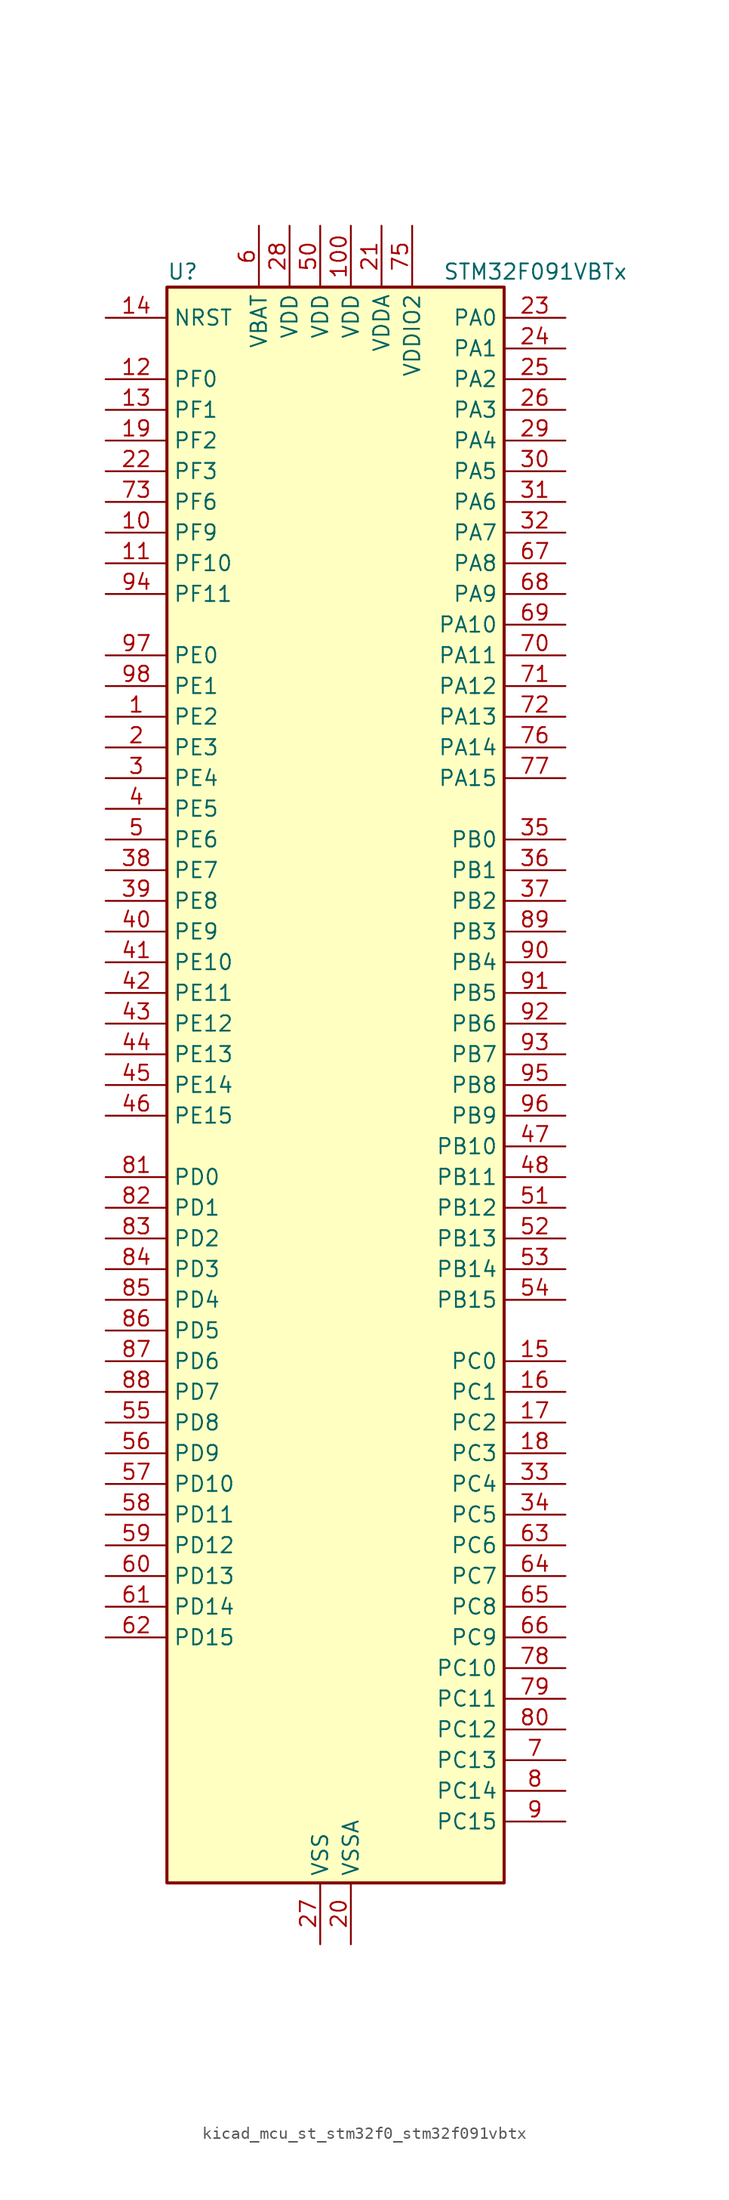
<source format=kicad_sym>
(kicad_symbol_lib
  (version 20220914)
  (generator kicad_symbol_editor)
  (symbol "kicad_mcu_st_stm32f0_stm32f091vbtx"
    (property "Reference" "U"
      (at -12.7 67.31 0)
      (effects (font (size 1.27 1.27)) (justify left)))
    (property "Value" "STM32F091VBTx"
      (at 10.16 67.31 0)
      (effects (font (size 1.27 1.27)) (justify left)))
    (property "ki_locked" ""
      (at 0 0 0)
      (effects (font (size 1.27 1.27))))
    (symbol "kicad_mcu_st_stm32f0_stm32f091vbtx_0_1"
      (rectangle (start -12.7 -66.04) (end 15.24 66.04) (stroke (width 0.254) (type default)) (fill (type background))))
    (symbol "kicad_mcu_st_stm32f0_stm32f091vbtx_1_1"
      (pin bidirectional line (at -17.78 30.48 0) (length 5.08) (name "PE2" (effects (font (size 1.27 1.27)))) (number "1" (effects (font (size 1.27 1.27)))) (alternate "TIM3_ETR" bidirectional line) (alternate "TSC_G7_IO1" bidirectional line))
      (pin bidirectional line (at -17.78 45.72 0) (length 5.08) (name "PF9" (effects (font (size 1.27 1.27)))) (number "10" (effects (font (size 1.27 1.27)))) (alternate "DAC_EXTI9" bidirectional line) (alternate "TIM15_CH1" bidirectional line) (alternate "USART6_TX" bidirectional line))
      (pin power_in line (at 2.54 71.12 270) (length 5.08) (name "VDD" (effects (font (size 1.27 1.27)))) (number "100" (effects (font (size 1.27 1.27)))))
      (pin bidirectional line (at -17.78 43.18 0) (length 5.08) (name "PF10" (effects (font (size 1.27 1.27)))) (number "11" (effects (font (size 1.27 1.27)))) (alternate "TIM15_CH2" bidirectional line) (alternate "USART6_RX" bidirectional line))
      (pin bidirectional line (at -17.78 58.42 0) (length 5.08) (name "PF0" (effects (font (size 1.27 1.27)))) (number "12" (effects (font (size 1.27 1.27)))) (alternate "CRS_SYNC" bidirectional line) (alternate "I2C1_SDA" bidirectional line) (alternate "RCC_OSC_IN" bidirectional line))
      (pin bidirectional line (at -17.78 55.88 0) (length 5.08) (name "PF1" (effects (font (size 1.27 1.27)))) (number "13" (effects (font (size 1.27 1.27)))) (alternate "I2C1_SCL" bidirectional line) (alternate "RCC_OSC_OUT" bidirectional line))
      (pin input line (at -17.78 63.5 0) (length 5.08) (name "NRST" (effects (font (size 1.27 1.27)))) (number "14" (effects (font (size 1.27 1.27)))))
      (pin bidirectional line (at 20.32 -22.86 180) (length 5.08) (name "PC0" (effects (font (size 1.27 1.27)))) (number "15" (effects (font (size 1.27 1.27)))) (alternate "ADC_IN10" bidirectional line) (alternate "USART6_TX" bidirectional line) (alternate "USART7_TX" bidirectional line))
      (pin bidirectional line (at 20.32 -25.4 180) (length 5.08) (name "PC1" (effects (font (size 1.27 1.27)))) (number "16" (effects (font (size 1.27 1.27)))) (alternate "ADC_IN11" bidirectional line) (alternate "USART6_RX" bidirectional line) (alternate "USART7_RX" bidirectional line))
      (pin bidirectional line (at 20.32 -27.94 180) (length 5.08) (name "PC2" (effects (font (size 1.27 1.27)))) (number "17" (effects (font (size 1.27 1.27)))) (alternate "ADC_IN12" bidirectional line) (alternate "I2S2_MCK" bidirectional line) (alternate "SPI2_MISO" bidirectional line) (alternate "USART8_TX" bidirectional line))
      (pin bidirectional line (at 20.32 -30.48 180) (length 5.08) (name "PC3" (effects (font (size 1.27 1.27)))) (number "18" (effects (font (size 1.27 1.27)))) (alternate "ADC_IN13" bidirectional line) (alternate "I2S2_SD" bidirectional line) (alternate "SPI2_MOSI" bidirectional line) (alternate "USART8_RX" bidirectional line))
      (pin bidirectional line (at -17.78 53.34 0) (length 5.08) (name "PF2" (effects (font (size 1.27 1.27)))) (number "19" (effects (font (size 1.27 1.27)))) (alternate "SYS_WKUP8" bidirectional line) (alternate "USART7_CK" bidirectional line) (alternate "USART7_DE" bidirectional line) (alternate "USART7_RTS" bidirectional line) (alternate "USART7_TX" bidirectional line))
      (pin bidirectional line (at -17.78 27.94 0) (length 5.08) (name "PE3" (effects (font (size 1.27 1.27)))) (number "2" (effects (font (size 1.27 1.27)))) (alternate "TIM3_CH1" bidirectional line) (alternate "TSC_G7_IO2" bidirectional line))
      (pin power_in line (at 2.54 -71.12 90) (length 5.08) (name "VSSA" (effects (font (size 1.27 1.27)))) (number "20" (effects (font (size 1.27 1.27)))))
      (pin power_in line (at 5.08 71.12 270) (length 5.08) (name "VDDA" (effects (font (size 1.27 1.27)))) (number "21" (effects (font (size 1.27 1.27)))))
      (pin bidirectional line (at -17.78 50.8 0) (length 5.08) (name "PF3" (effects (font (size 1.27 1.27)))) (number "22" (effects (font (size 1.27 1.27)))) (alternate "USART6_CK" bidirectional line) (alternate "USART6_DE" bidirectional line) (alternate "USART6_RTS" bidirectional line) (alternate "USART7_RX" bidirectional line))
      (pin bidirectional line (at 20.32 63.5 180) (length 5.08) (name "PA0" (effects (font (size 1.27 1.27)))) (number "23" (effects (font (size 1.27 1.27)))) (alternate "ADC_IN0" bidirectional line) (alternate "COMP1_INM" bidirectional line) (alternate "COMP1_OUT" bidirectional line) (alternate "RTC_TAMP2" bidirectional line) (alternate "SYS_WKUP1" bidirectional line) (alternate "TIM2_CH1" bidirectional line) (alternate "TIM2_ETR" bidirectional line) (alternate "TSC_G1_IO1" bidirectional line) (alternate "USART2_CTS" bidirectional line) (alternate "USART4_TX" bidirectional line))
      (pin bidirectional line (at 20.32 60.96 180) (length 5.08) (name "PA1" (effects (font (size 1.27 1.27)))) (number "24" (effects (font (size 1.27 1.27)))) (alternate "ADC_IN1" bidirectional line) (alternate "COMP1_INP" bidirectional line) (alternate "TIM15_CH1N" bidirectional line) (alternate "TIM2_CH2" bidirectional line) (alternate "TSC_G1_IO2" bidirectional line) (alternate "USART2_DE" bidirectional line) (alternate "USART2_RTS" bidirectional line) (alternate "USART4_RX" bidirectional line))
      (pin bidirectional line (at 20.32 58.42 180) (length 5.08) (name "PA2" (effects (font (size 1.27 1.27)))) (number "25" (effects (font (size 1.27 1.27)))) (alternate "ADC_IN2" bidirectional line) (alternate "COMP2_INM" bidirectional line) (alternate "COMP2_OUT" bidirectional line) (alternate "SYS_WKUP4" bidirectional line) (alternate "TIM15_CH1" bidirectional line) (alternate "TIM2_CH3" bidirectional line) (alternate "TSC_G1_IO3" bidirectional line) (alternate "USART2_TX" bidirectional line))
      (pin bidirectional line (at 20.32 55.88 180) (length 5.08) (name "PA3" (effects (font (size 1.27 1.27)))) (number "26" (effects (font (size 1.27 1.27)))) (alternate "ADC_IN3" bidirectional line) (alternate "COMP2_INP" bidirectional line) (alternate "TIM15_CH2" bidirectional line) (alternate "TIM2_CH4" bidirectional line) (alternate "TSC_G1_IO4" bidirectional line) (alternate "USART2_RX" bidirectional line))
      (pin power_in line (at 0 -71.12 90) (length 5.08) (name "VSS" (effects (font (size 1.27 1.27)))) (number "27" (effects (font (size 1.27 1.27)))))
      (pin power_in line (at -2.54 71.12 270) (length 5.08) (name "VDD" (effects (font (size 1.27 1.27)))) (number "28" (effects (font (size 1.27 1.27)))))
      (pin bidirectional line (at 20.32 53.34 180) (length 5.08) (name "PA4" (effects (font (size 1.27 1.27)))) (number "29" (effects (font (size 1.27 1.27)))) (alternate "ADC_IN4" bidirectional line) (alternate "COMP1_INM" bidirectional line) (alternate "COMP2_INM" bidirectional line) (alternate "DAC_OUT1" bidirectional line) (alternate "I2S1_WS" bidirectional line) (alternate "SPI1_NSS" bidirectional line) (alternate "TIM14_CH1" bidirectional line) (alternate "TSC_G2_IO1" bidirectional line) (alternate "USART2_CK" bidirectional line) (alternate "USART6_TX" bidirectional line))
      (pin bidirectional line (at -17.78 25.4 0) (length 5.08) (name "PE4" (effects (font (size 1.27 1.27)))) (number "3" (effects (font (size 1.27 1.27)))) (alternate "TIM3_CH2" bidirectional line) (alternate "TSC_G7_IO3" bidirectional line))
      (pin bidirectional line (at 20.32 50.8 180) (length 5.08) (name "PA5" (effects (font (size 1.27 1.27)))) (number "30" (effects (font (size 1.27 1.27)))) (alternate "ADC_IN5" bidirectional line) (alternate "CEC" bidirectional line) (alternate "COMP1_INM" bidirectional line) (alternate "COMP2_INM" bidirectional line) (alternate "DAC_OUT2" bidirectional line) (alternate "I2S1_CK" bidirectional line) (alternate "SPI1_SCK" bidirectional line) (alternate "TIM2_CH1" bidirectional line) (alternate "TIM2_ETR" bidirectional line) (alternate "TSC_G2_IO2" bidirectional line) (alternate "USART6_RX" bidirectional line))
      (pin bidirectional line (at 20.32 48.26 180) (length 5.08) (name "PA6" (effects (font (size 1.27 1.27)))) (number "31" (effects (font (size 1.27 1.27)))) (alternate "ADC_IN6" bidirectional line) (alternate "COMP1_OUT" bidirectional line) (alternate "I2S1_MCK" bidirectional line) (alternate "SPI1_MISO" bidirectional line) (alternate "TIM16_CH1" bidirectional line) (alternate "TIM1_BKIN" bidirectional line) (alternate "TIM3_CH1" bidirectional line) (alternate "TSC_G2_IO3" bidirectional line) (alternate "USART3_CTS" bidirectional line))
      (pin bidirectional line (at 20.32 45.72 180) (length 5.08) (name "PA7" (effects (font (size 1.27 1.27)))) (number "32" (effects (font (size 1.27 1.27)))) (alternate "ADC_IN7" bidirectional line) (alternate "COMP2_OUT" bidirectional line) (alternate "I2S1_SD" bidirectional line) (alternate "SPI1_MOSI" bidirectional line) (alternate "TIM14_CH1" bidirectional line) (alternate "TIM17_CH1" bidirectional line) (alternate "TIM1_CH1N" bidirectional line) (alternate "TIM3_CH2" bidirectional line) (alternate "TSC_G2_IO4" bidirectional line))
      (pin bidirectional line (at 20.32 -33.02 180) (length 5.08) (name "PC4" (effects (font (size 1.27 1.27)))) (number "33" (effects (font (size 1.27 1.27)))) (alternate "ADC_IN14" bidirectional line) (alternate "USART3_TX" bidirectional line))
      (pin bidirectional line (at 20.32 -35.56 180) (length 5.08) (name "PC5" (effects (font (size 1.27 1.27)))) (number "34" (effects (font (size 1.27 1.27)))) (alternate "ADC_IN15" bidirectional line) (alternate "SYS_WKUP5" bidirectional line) (alternate "TSC_G3_IO1" bidirectional line) (alternate "USART3_RX" bidirectional line))
      (pin bidirectional line (at 20.32 20.32 180) (length 5.08) (name "PB0" (effects (font (size 1.27 1.27)))) (number "35" (effects (font (size 1.27 1.27)))) (alternate "ADC_IN8" bidirectional line) (alternate "TIM1_CH2N" bidirectional line) (alternate "TIM3_CH3" bidirectional line) (alternate "TSC_G3_IO2" bidirectional line) (alternate "USART3_CK" bidirectional line))
      (pin bidirectional line (at 20.32 17.78 180) (length 5.08) (name "PB1" (effects (font (size 1.27 1.27)))) (number "36" (effects (font (size 1.27 1.27)))) (alternate "ADC_IN9" bidirectional line) (alternate "TIM14_CH1" bidirectional line) (alternate "TIM1_CH3N" bidirectional line) (alternate "TIM3_CH4" bidirectional line) (alternate "TSC_G3_IO3" bidirectional line) (alternate "USART3_DE" bidirectional line) (alternate "USART3_RTS" bidirectional line))
      (pin bidirectional line (at 20.32 15.24 180) (length 5.08) (name "PB2" (effects (font (size 1.27 1.27)))) (number "37" (effects (font (size 1.27 1.27)))) (alternate "TSC_G3_IO4" bidirectional line))
      (pin bidirectional line (at -17.78 17.78 0) (length 5.08) (name "PE7" (effects (font (size 1.27 1.27)))) (number "38" (effects (font (size 1.27 1.27)))) (alternate "TIM1_ETR" bidirectional line) (alternate "USART5_CK" bidirectional line) (alternate "USART5_DE" bidirectional line) (alternate "USART5_RTS" bidirectional line))
      (pin bidirectional line (at -17.78 15.24 0) (length 5.08) (name "PE8" (effects (font (size 1.27 1.27)))) (number "39" (effects (font (size 1.27 1.27)))) (alternate "TIM1_CH1N" bidirectional line) (alternate "USART4_TX" bidirectional line))
      (pin bidirectional line (at -17.78 22.86 0) (length 5.08) (name "PE5" (effects (font (size 1.27 1.27)))) (number "4" (effects (font (size 1.27 1.27)))) (alternate "TIM3_CH3" bidirectional line) (alternate "TSC_G7_IO4" bidirectional line))
      (pin bidirectional line (at -17.78 12.7 0) (length 5.08) (name "PE9" (effects (font (size 1.27 1.27)))) (number "40" (effects (font (size 1.27 1.27)))) (alternate "DAC_EXTI9" bidirectional line) (alternate "TIM1_CH1" bidirectional line) (alternate "USART4_RX" bidirectional line))
      (pin bidirectional line (at -17.78 10.16 0) (length 5.08) (name "PE10" (effects (font (size 1.27 1.27)))) (number "41" (effects (font (size 1.27 1.27)))) (alternate "TIM1_CH2N" bidirectional line) (alternate "USART5_TX" bidirectional line))
      (pin bidirectional line (at -17.78 7.62 0) (length 5.08) (name "PE11" (effects (font (size 1.27 1.27)))) (number "42" (effects (font (size 1.27 1.27)))) (alternate "TIM1_CH2" bidirectional line) (alternate "USART5_RX" bidirectional line))
      (pin bidirectional line (at -17.78 5.08 0) (length 5.08) (name "PE12" (effects (font (size 1.27 1.27)))) (number "43" (effects (font (size 1.27 1.27)))) (alternate "I2S1_WS" bidirectional line) (alternate "SPI1_NSS" bidirectional line) (alternate "TIM1_CH3N" bidirectional line))
      (pin bidirectional line (at -17.78 2.54 0) (length 5.08) (name "PE13" (effects (font (size 1.27 1.27)))) (number "44" (effects (font (size 1.27 1.27)))) (alternate "I2S1_CK" bidirectional line) (alternate "SPI1_SCK" bidirectional line) (alternate "TIM1_CH3" bidirectional line))
      (pin bidirectional line (at -17.78 0 0) (length 5.08) (name "PE14" (effects (font (size 1.27 1.27)))) (number "45" (effects (font (size 1.27 1.27)))) (alternate "I2S1_MCK" bidirectional line) (alternate "SPI1_MISO" bidirectional line) (alternate "TIM1_CH4" bidirectional line))
      (pin bidirectional line (at -17.78 -2.54 0) (length 5.08) (name "PE15" (effects (font (size 1.27 1.27)))) (number "46" (effects (font (size 1.27 1.27)))) (alternate "I2S1_SD" bidirectional line) (alternate "SPI1_MOSI" bidirectional line) (alternate "TIM1_BKIN" bidirectional line))
      (pin bidirectional line (at 20.32 -5.08 180) (length 5.08) (name "PB10" (effects (font (size 1.27 1.27)))) (number "47" (effects (font (size 1.27 1.27)))) (alternate "CEC" bidirectional line) (alternate "I2C2_SCL" bidirectional line) (alternate "I2S2_CK" bidirectional line) (alternate "SPI2_SCK" bidirectional line) (alternate "TIM2_CH3" bidirectional line) (alternate "TSC_SYNC" bidirectional line) (alternate "USART3_TX" bidirectional line))
      (pin bidirectional line (at 20.32 -7.62 180) (length 5.08) (name "PB11" (effects (font (size 1.27 1.27)))) (number "48" (effects (font (size 1.27 1.27)))) (alternate "I2C2_SDA" bidirectional line) (alternate "TIM2_CH4" bidirectional line) (alternate "TSC_G6_IO1" bidirectional line) (alternate "USART3_RX" bidirectional line))
      (pin passive line (at 0 -71.12 90) (length 5.08) hide (name "VSS" (effects (font (size 1.27 1.27)))) (number "49" (effects (font (size 1.27 1.27)))))
      (pin bidirectional line (at -17.78 20.32 0) (length 5.08) (name "PE6" (effects (font (size 1.27 1.27)))) (number "5" (effects (font (size 1.27 1.27)))) (alternate "RTC_TAMP3" bidirectional line) (alternate "SYS_WKUP3" bidirectional line) (alternate "TIM3_CH4" bidirectional line))
      (pin power_in line (at 0 71.12 270) (length 5.08) (name "VDD" (effects (font (size 1.27 1.27)))) (number "50" (effects (font (size 1.27 1.27)))))
      (pin bidirectional line (at 20.32 -10.16 180) (length 5.08) (name "PB12" (effects (font (size 1.27 1.27)))) (number "51" (effects (font (size 1.27 1.27)))) (alternate "I2S2_WS" bidirectional line) (alternate "SPI2_NSS" bidirectional line) (alternate "TIM15_BKIN" bidirectional line) (alternate "TIM1_BKIN" bidirectional line) (alternate "TSC_G6_IO2" bidirectional line) (alternate "USART3_CK" bidirectional line))
      (pin bidirectional line (at 20.32 -12.7 180) (length 5.08) (name "PB13" (effects (font (size 1.27 1.27)))) (number "52" (effects (font (size 1.27 1.27)))) (alternate "I2C2_SCL" bidirectional line) (alternate "I2S2_CK" bidirectional line) (alternate "SPI2_SCK" bidirectional line) (alternate "TIM1_CH1N" bidirectional line) (alternate "TSC_G6_IO3" bidirectional line) (alternate "USART3_CTS" bidirectional line))
      (pin bidirectional line (at 20.32 -15.24 180) (length 5.08) (name "PB14" (effects (font (size 1.27 1.27)))) (number "53" (effects (font (size 1.27 1.27)))) (alternate "I2C2_SDA" bidirectional line) (alternate "I2S2_MCK" bidirectional line) (alternate "SPI2_MISO" bidirectional line) (alternate "TIM15_CH1" bidirectional line) (alternate "TIM1_CH2N" bidirectional line) (alternate "TSC_G6_IO4" bidirectional line) (alternate "USART3_DE" bidirectional line) (alternate "USART3_RTS" bidirectional line))
      (pin bidirectional line (at 20.32 -17.78 180) (length 5.08) (name "PB15" (effects (font (size 1.27 1.27)))) (number "54" (effects (font (size 1.27 1.27)))) (alternate "I2S2_SD" bidirectional line) (alternate "RTC_REFIN" bidirectional line) (alternate "SPI2_MOSI" bidirectional line) (alternate "SYS_WKUP7" bidirectional line) (alternate "TIM15_CH1N" bidirectional line) (alternate "TIM15_CH2" bidirectional line) (alternate "TIM1_CH3N" bidirectional line))
      (pin bidirectional line (at -17.78 -27.94 0) (length 5.08) (name "PD8" (effects (font (size 1.27 1.27)))) (number "55" (effects (font (size 1.27 1.27)))) (alternate "USART3_TX" bidirectional line))
      (pin bidirectional line (at -17.78 -30.48 0) (length 5.08) (name "PD9" (effects (font (size 1.27 1.27)))) (number "56" (effects (font (size 1.27 1.27)))) (alternate "DAC_EXTI9" bidirectional line) (alternate "USART3_RX" bidirectional line))
      (pin bidirectional line (at -17.78 -33.02 0) (length 5.08) (name "PD10" (effects (font (size 1.27 1.27)))) (number "57" (effects (font (size 1.27 1.27)))) (alternate "USART3_CK" bidirectional line))
      (pin bidirectional line (at -17.78 -35.56 0) (length 5.08) (name "PD11" (effects (font (size 1.27 1.27)))) (number "58" (effects (font (size 1.27 1.27)))) (alternate "USART3_CTS" bidirectional line))
      (pin bidirectional line (at -17.78 -38.1 0) (length 5.08) (name "PD12" (effects (font (size 1.27 1.27)))) (number "59" (effects (font (size 1.27 1.27)))) (alternate "TSC_G8_IO1" bidirectional line) (alternate "USART3_DE" bidirectional line) (alternate "USART3_RTS" bidirectional line) (alternate "USART8_CK" bidirectional line) (alternate "USART8_DE" bidirectional line) (alternate "USART8_RTS" bidirectional line))
      (pin power_in line (at -5.08 71.12 270) (length 5.08) (name "VBAT" (effects (font (size 1.27 1.27)))) (number "6" (effects (font (size 1.27 1.27)))))
      (pin bidirectional line (at -17.78 -40.64 0) (length 5.08) (name "PD13" (effects (font (size 1.27 1.27)))) (number "60" (effects (font (size 1.27 1.27)))) (alternate "TSC_G8_IO2" bidirectional line) (alternate "USART8_TX" bidirectional line))
      (pin bidirectional line (at -17.78 -43.18 0) (length 5.08) (name "PD14" (effects (font (size 1.27 1.27)))) (number "61" (effects (font (size 1.27 1.27)))) (alternate "TSC_G8_IO3" bidirectional line) (alternate "USART8_RX" bidirectional line))
      (pin bidirectional line (at -17.78 -45.72 0) (length 5.08) (name "PD15" (effects (font (size 1.27 1.27)))) (number "62" (effects (font (size 1.27 1.27)))) (alternate "CRS_SYNC" bidirectional line) (alternate "TSC_G8_IO4" bidirectional line) (alternate "USART7_CK" bidirectional line) (alternate "USART7_DE" bidirectional line) (alternate "USART7_RTS" bidirectional line))
      (pin bidirectional line (at 20.32 -38.1 180) (length 5.08) (name "PC6" (effects (font (size 1.27 1.27)))) (number "63" (effects (font (size 1.27 1.27)))) (alternate "TIM3_CH1" bidirectional line) (alternate "USART7_TX" bidirectional line))
      (pin bidirectional line (at 20.32 -40.64 180) (length 5.08) (name "PC7" (effects (font (size 1.27 1.27)))) (number "64" (effects (font (size 1.27 1.27)))) (alternate "TIM3_CH2" bidirectional line) (alternate "USART7_RX" bidirectional line))
      (pin bidirectional line (at 20.32 -43.18 180) (length 5.08) (name "PC8" (effects (font (size 1.27 1.27)))) (number "65" (effects (font (size 1.27 1.27)))) (alternate "TIM3_CH3" bidirectional line) (alternate "USART8_TX" bidirectional line))
      (pin bidirectional line (at 20.32 -45.72 180) (length 5.08) (name "PC9" (effects (font (size 1.27 1.27)))) (number "66" (effects (font (size 1.27 1.27)))) (alternate "DAC_EXTI9" bidirectional line) (alternate "TIM3_CH4" bidirectional line) (alternate "USART8_RX" bidirectional line))
      (pin bidirectional line (at 20.32 43.18 180) (length 5.08) (name "PA8" (effects (font (size 1.27 1.27)))) (number "67" (effects (font (size 1.27 1.27)))) (alternate "CRS_SYNC" bidirectional line) (alternate "RCC_MCO" bidirectional line) (alternate "TIM1_CH1" bidirectional line) (alternate "USART1_CK" bidirectional line))
      (pin bidirectional line (at 20.32 40.64 180) (length 5.08) (name "PA9" (effects (font (size 1.27 1.27)))) (number "68" (effects (font (size 1.27 1.27)))) (alternate "DAC_EXTI9" bidirectional line) (alternate "I2C1_SCL" bidirectional line) (alternate "RCC_MCO" bidirectional line) (alternate "TIM15_BKIN" bidirectional line) (alternate "TIM1_CH2" bidirectional line) (alternate "TSC_G4_IO1" bidirectional line) (alternate "USART1_TX" bidirectional line))
      (pin bidirectional line (at 20.32 38.1 180) (length 5.08) (name "PA10" (effects (font (size 1.27 1.27)))) (number "69" (effects (font (size 1.27 1.27)))) (alternate "I2C1_SDA" bidirectional line) (alternate "TIM17_BKIN" bidirectional line) (alternate "TIM1_CH3" bidirectional line) (alternate "TSC_G4_IO2" bidirectional line) (alternate "USART1_RX" bidirectional line))
      (pin bidirectional line (at 20.32 -55.88 180) (length 5.08) (name "PC13" (effects (font (size 1.27 1.27)))) (number "7" (effects (font (size 1.27 1.27)))) (alternate "RTC_OUT_ALARM" bidirectional line) (alternate "RTC_OUT_CALIB" bidirectional line) (alternate "RTC_TAMP1" bidirectional line) (alternate "RTC_TS" bidirectional line) (alternate "SYS_WKUP2" bidirectional line))
      (pin bidirectional line (at 20.32 35.56 180) (length 5.08) (name "PA11" (effects (font (size 1.27 1.27)))) (number "70" (effects (font (size 1.27 1.27)))) (alternate "CAN_RX" bidirectional line) (alternate "COMP1_OUT" bidirectional line) (alternate "I2C2_SCL" bidirectional line) (alternate "TIM1_CH4" bidirectional line) (alternate "TSC_G4_IO3" bidirectional line) (alternate "USART1_CTS" bidirectional line))
      (pin bidirectional line (at 20.32 33.02 180) (length 5.08) (name "PA12" (effects (font (size 1.27 1.27)))) (number "71" (effects (font (size 1.27 1.27)))) (alternate "CAN_TX" bidirectional line) (alternate "COMP2_OUT" bidirectional line) (alternate "I2C2_SDA" bidirectional line) (alternate "TIM1_ETR" bidirectional line) (alternate "TSC_G4_IO4" bidirectional line) (alternate "USART1_DE" bidirectional line) (alternate "USART1_RTS" bidirectional line))
      (pin bidirectional line (at 20.32 30.48 180) (length 5.08) (name "PA13" (effects (font (size 1.27 1.27)))) (number "72" (effects (font (size 1.27 1.27)))) (alternate "IR_OUT" bidirectional line) (alternate "SYS_SWDIO" bidirectional line))
      (pin bidirectional line (at -17.78 48.26 0) (length 5.08) (name "PF6" (effects (font (size 1.27 1.27)))) (number "73" (effects (font (size 1.27 1.27)))))
      (pin passive line (at 0 -71.12 90) (length 5.08) hide (name "VSS" (effects (font (size 1.27 1.27)))) (number "74" (effects (font (size 1.27 1.27)))))
      (pin power_in line (at 7.62 71.12 270) (length 5.08) (name "VDDIO2" (effects (font (size 1.27 1.27)))) (number "75" (effects (font (size 1.27 1.27)))))
      (pin bidirectional line (at 20.32 27.94 180) (length 5.08) (name "PA14" (effects (font (size 1.27 1.27)))) (number "76" (effects (font (size 1.27 1.27)))) (alternate "SYS_SWCLK" bidirectional line) (alternate "USART2_TX" bidirectional line))
      (pin bidirectional line (at 20.32 25.4 180) (length 5.08) (name "PA15" (effects (font (size 1.27 1.27)))) (number "77" (effects (font (size 1.27 1.27)))) (alternate "I2S1_WS" bidirectional line) (alternate "SPI1_NSS" bidirectional line) (alternate "TIM2_CH1" bidirectional line) (alternate "TIM2_ETR" bidirectional line) (alternate "USART2_RX" bidirectional line) (alternate "USART4_DE" bidirectional line) (alternate "USART4_RTS" bidirectional line))
      (pin bidirectional line (at 20.32 -48.26 180) (length 5.08) (name "PC10" (effects (font (size 1.27 1.27)))) (number "78" (effects (font (size 1.27 1.27)))) (alternate "USART3_TX" bidirectional line) (alternate "USART4_TX" bidirectional line))
      (pin bidirectional line (at 20.32 -50.8 180) (length 5.08) (name "PC11" (effects (font (size 1.27 1.27)))) (number "79" (effects (font (size 1.27 1.27)))) (alternate "USART3_RX" bidirectional line) (alternate "USART4_RX" bidirectional line))
      (pin bidirectional line (at 20.32 -58.42 180) (length 5.08) (name "PC14" (effects (font (size 1.27 1.27)))) (number "8" (effects (font (size 1.27 1.27)))) (alternate "RCC_OSC32_IN" bidirectional line))
      (pin bidirectional line (at 20.32 -53.34 180) (length 5.08) (name "PC12" (effects (font (size 1.27 1.27)))) (number "80" (effects (font (size 1.27 1.27)))) (alternate "USART3_CK" bidirectional line) (alternate "USART4_CK" bidirectional line) (alternate "USART5_TX" bidirectional line))
      (pin bidirectional line (at -17.78 -7.62 0) (length 5.08) (name "PD0" (effects (font (size 1.27 1.27)))) (number "81" (effects (font (size 1.27 1.27)))) (alternate "CAN_RX" bidirectional line) (alternate "I2S2_WS" bidirectional line) (alternate "SPI2_NSS" bidirectional line))
      (pin bidirectional line (at -17.78 -10.16 0) (length 5.08) (name "PD1" (effects (font (size 1.27 1.27)))) (number "82" (effects (font (size 1.27 1.27)))) (alternate "CAN_TX" bidirectional line) (alternate "I2S2_CK" bidirectional line) (alternate "SPI2_SCK" bidirectional line))
      (pin bidirectional line (at -17.78 -12.7 0) (length 5.08) (name "PD2" (effects (font (size 1.27 1.27)))) (number "83" (effects (font (size 1.27 1.27)))) (alternate "TIM3_ETR" bidirectional line) (alternate "USART3_DE" bidirectional line) (alternate "USART3_RTS" bidirectional line) (alternate "USART5_RX" bidirectional line))
      (pin bidirectional line (at -17.78 -15.24 0) (length 5.08) (name "PD3" (effects (font (size 1.27 1.27)))) (number "84" (effects (font (size 1.27 1.27)))) (alternate "I2S2_MCK" bidirectional line) (alternate "SPI2_MISO" bidirectional line) (alternate "USART2_CTS" bidirectional line))
      (pin bidirectional line (at -17.78 -17.78 0) (length 5.08) (name "PD4" (effects (font (size 1.27 1.27)))) (number "85" (effects (font (size 1.27 1.27)))) (alternate "I2S2_SD" bidirectional line) (alternate "SPI2_MOSI" bidirectional line) (alternate "USART2_DE" bidirectional line) (alternate "USART2_RTS" bidirectional line))
      (pin bidirectional line (at -17.78 -20.32 0) (length 5.08) (name "PD5" (effects (font (size 1.27 1.27)))) (number "86" (effects (font (size 1.27 1.27)))) (alternate "USART2_TX" bidirectional line))
      (pin bidirectional line (at -17.78 -22.86 0) (length 5.08) (name "PD6" (effects (font (size 1.27 1.27)))) (number "87" (effects (font (size 1.27 1.27)))) (alternate "USART2_RX" bidirectional line))
      (pin bidirectional line (at -17.78 -25.4 0) (length 5.08) (name "PD7" (effects (font (size 1.27 1.27)))) (number "88" (effects (font (size 1.27 1.27)))) (alternate "USART2_CK" bidirectional line))
      (pin bidirectional line (at 20.32 12.7 180) (length 5.08) (name "PB3" (effects (font (size 1.27 1.27)))) (number "89" (effects (font (size 1.27 1.27)))) (alternate "I2S1_CK" bidirectional line) (alternate "SPI1_SCK" bidirectional line) (alternate "TIM2_CH2" bidirectional line) (alternate "TSC_G5_IO1" bidirectional line) (alternate "USART5_TX" bidirectional line))
      (pin bidirectional line (at 20.32 -60.96 180) (length 5.08) (name "PC15" (effects (font (size 1.27 1.27)))) (number "9" (effects (font (size 1.27 1.27)))) (alternate "RCC_OSC32_OUT" bidirectional line))
      (pin bidirectional line (at 20.32 10.16 180) (length 5.08) (name "PB4" (effects (font (size 1.27 1.27)))) (number "90" (effects (font (size 1.27 1.27)))) (alternate "I2S1_MCK" bidirectional line) (alternate "SPI1_MISO" bidirectional line) (alternate "TIM17_BKIN" bidirectional line) (alternate "TIM3_CH1" bidirectional line) (alternate "TSC_G5_IO2" bidirectional line) (alternate "USART5_RX" bidirectional line))
      (pin bidirectional line (at 20.32 7.62 180) (length 5.08) (name "PB5" (effects (font (size 1.27 1.27)))) (number "91" (effects (font (size 1.27 1.27)))) (alternate "I2C1_SMBA" bidirectional line) (alternate "I2S1_SD" bidirectional line) (alternate "SPI1_MOSI" bidirectional line) (alternate "SYS_WKUP6" bidirectional line) (alternate "TIM16_BKIN" bidirectional line) (alternate "TIM3_CH2" bidirectional line) (alternate "USART5_CK" bidirectional line) (alternate "USART5_DE" bidirectional line) (alternate "USART5_RTS" bidirectional line))
      (pin bidirectional line (at 20.32 5.08 180) (length 5.08) (name "PB6" (effects (font (size 1.27 1.27)))) (number "92" (effects (font (size 1.27 1.27)))) (alternate "I2C1_SCL" bidirectional line) (alternate "TIM16_CH1N" bidirectional line) (alternate "TSC_G5_IO3" bidirectional line) (alternate "USART1_TX" bidirectional line))
      (pin bidirectional line (at 20.32 2.54 180) (length 5.08) (name "PB7" (effects (font (size 1.27 1.27)))) (number "93" (effects (font (size 1.27 1.27)))) (alternate "I2C1_SDA" bidirectional line) (alternate "TIM17_CH1N" bidirectional line) (alternate "TSC_G5_IO4" bidirectional line) (alternate "USART1_RX" bidirectional line) (alternate "USART4_CTS" bidirectional line))
      (pin bidirectional line (at -17.78 40.64 0) (length 5.08) (name "PF11" (effects (font (size 1.27 1.27)))) (number "94" (effects (font (size 1.27 1.27)))))
      (pin bidirectional line (at 20.32 0 180) (length 5.08) (name "PB8" (effects (font (size 1.27 1.27)))) (number "95" (effects (font (size 1.27 1.27)))) (alternate "CAN_RX" bidirectional line) (alternate "CEC" bidirectional line) (alternate "I2C1_SCL" bidirectional line) (alternate "TIM16_CH1" bidirectional line) (alternate "TSC_SYNC" bidirectional line))
      (pin bidirectional line (at 20.32 -2.54 180) (length 5.08) (name "PB9" (effects (font (size 1.27 1.27)))) (number "96" (effects (font (size 1.27 1.27)))) (alternate "CAN_TX" bidirectional line) (alternate "DAC_EXTI9" bidirectional line) (alternate "I2C1_SDA" bidirectional line) (alternate "I2S2_WS" bidirectional line) (alternate "IR_OUT" bidirectional line) (alternate "SPI2_NSS" bidirectional line) (alternate "TIM17_CH1" bidirectional line))
      (pin bidirectional line (at -17.78 35.56 0) (length 5.08) (name "PE0" (effects (font (size 1.27 1.27)))) (number "97" (effects (font (size 1.27 1.27)))) (alternate "TIM16_CH1" bidirectional line))
      (pin bidirectional line (at -17.78 33.02 0) (length 5.08) (name "PE1" (effects (font (size 1.27 1.27)))) (number "98" (effects (font (size 1.27 1.27)))) (alternate "TIM17_CH1" bidirectional line))
      (pin passive line (at 0 -71.12 90) (length 5.08) hide (name "VSS" (effects (font (size 1.27 1.27)))) (number "99" (effects (font (size 1.27 1.27))))))))
</source>
